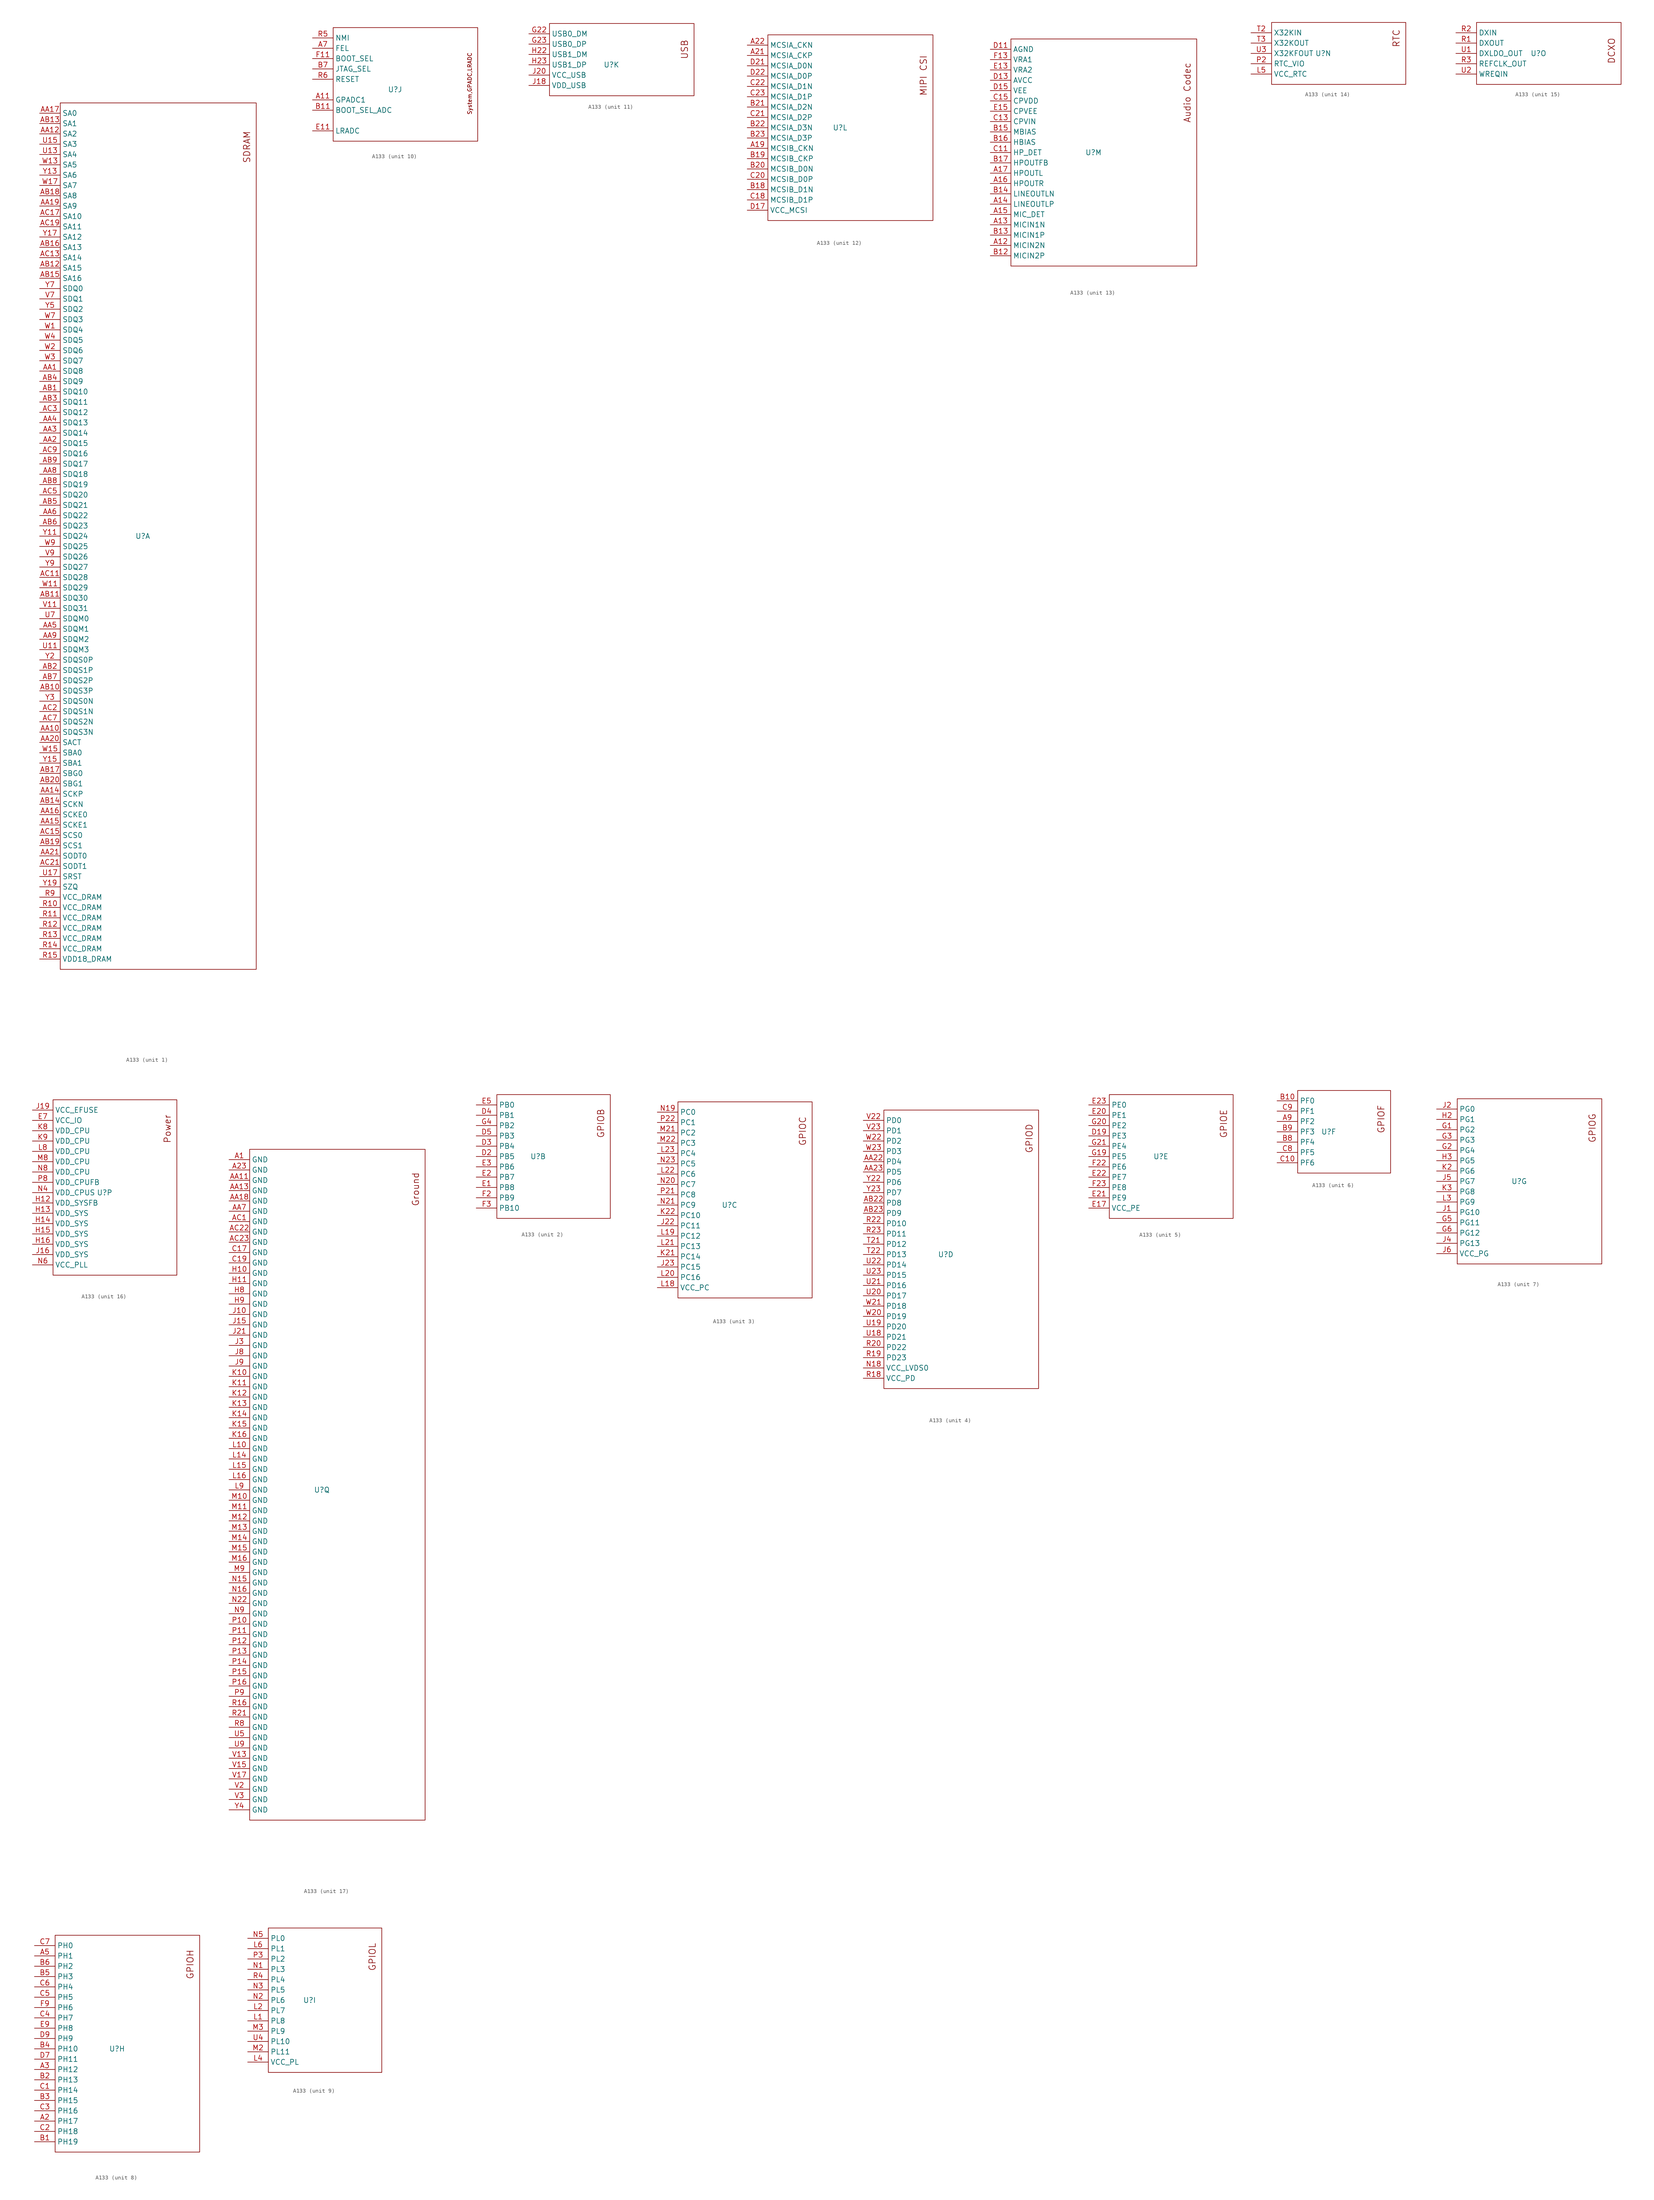
<source format=kicad_sym>
(kicad_symbol_lib
  (version 20231120)
  (generator "kicad_symbol_editor")
  (generator_version "8.0")
  (symbol "A133"
    (property "Reference" "U"
      (at 0 0 0)
      (effects (font (size 1.27 1.27))))
    (property "Value" ""
      (at 0 0 0)
      (effects (font (size 1.27 1.27))))
    (symbol "A133_1_0"
      (rectangle (start -20.32 -106.68) (end 27.94 106.68) (stroke (width 0) (type default)) (fill (type none)))
      (text "SDRAM" (at 26.568 91.821 900) (effects (font (size 1.575 1.575)) (justify left bottom)))
      (pin input line (at -25.4 40.64 0) (length 5.08) (name "SDQ8" (effects (font (size 1.27 1.27)))) (number "AA1" (effects (font (size 1.27 1.27)))))
      (pin input line (at -25.4 -48.26 0) (length 5.08) (name "SDQS3N" (effects (font (size 1.27 1.27)))) (number "AA10" (effects (font (size 1.27 1.27)))))
      (pin input line (at -25.4 99.06 0) (length 5.08) (name "SA2" (effects (font (size 1.27 1.27)))) (number "AA12" (effects (font (size 1.27 1.27)))))
      (pin input line (at -25.4 -63.5 0) (length 5.08) (name "SCKP" (effects (font (size 1.27 1.27)))) (number "AA14" (effects (font (size 1.27 1.27)))))
      (pin input line (at -25.4 -71.12 0) (length 5.08) (name "SCKE1" (effects (font (size 1.27 1.27)))) (number "AA15" (effects (font (size 1.27 1.27)))))
      (pin input line (at -25.4 -68.58 0) (length 5.08) (name "SCKE0" (effects (font (size 1.27 1.27)))) (number "AA16" (effects (font (size 1.27 1.27)))))
      (pin input line (at -25.4 104.14 0) (length 5.08) (name "SA0" (effects (font (size 1.27 1.27)))) (number "AA17" (effects (font (size 1.27 1.27)))))
      (pin input line (at -25.4 81.28 0) (length 5.08) (name "SA9" (effects (font (size 1.27 1.27)))) (number "AA19" (effects (font (size 1.27 1.27)))))
      (pin input line (at -25.4 22.86 0) (length 5.08) (name "SDQ15" (effects (font (size 1.27 1.27)))) (number "AA2" (effects (font (size 1.27 1.27)))))
      (pin input line (at -25.4 -50.8 0) (length 5.08) (name "SACT" (effects (font (size 1.27 1.27)))) (number "AA20" (effects (font (size 1.27 1.27)))))
      (pin input line (at -25.4 -78.74 0) (length 5.08) (name "SODT0" (effects (font (size 1.27 1.27)))) (number "AA21" (effects (font (size 1.27 1.27)))))
      (pin input line (at -25.4 25.4 0) (length 5.08) (name "SDQ14" (effects (font (size 1.27 1.27)))) (number "AA3" (effects (font (size 1.27 1.27)))))
      (pin input line (at -25.4 27.94 0) (length 5.08) (name "SDQ13" (effects (font (size 1.27 1.27)))) (number "AA4" (effects (font (size 1.27 1.27)))))
      (pin input line (at -25.4 -22.86 0) (length 5.08) (name "SDQM1" (effects (font (size 1.27 1.27)))) (number "AA5" (effects (font (size 1.27 1.27)))))
      (pin input line (at -25.4 5.08 0) (length 5.08) (name "SDQ22" (effects (font (size 1.27 1.27)))) (number "AA6" (effects (font (size 1.27 1.27)))))
      (pin input line (at -25.4 15.24 0) (length 5.08) (name "SDQ18" (effects (font (size 1.27 1.27)))) (number "AA8" (effects (font (size 1.27 1.27)))))
      (pin input line (at -25.4 -25.4 0) (length 5.08) (name "SDQM2" (effects (font (size 1.27 1.27)))) (number "AA9" (effects (font (size 1.27 1.27)))))
      (pin input line (at -25.4 35.56 0) (length 5.08) (name "SDQ10" (effects (font (size 1.27 1.27)))) (number "AB1" (effects (font (size 1.27 1.27)))))
      (pin input line (at -25.4 -38.1 0) (length 5.08) (name "SDQS3P" (effects (font (size 1.27 1.27)))) (number "AB10" (effects (font (size 1.27 1.27)))))
      (pin input line (at -25.4 -15.24 0) (length 5.08) (name "SDQ30" (effects (font (size 1.27 1.27)))) (number "AB11" (effects (font (size 1.27 1.27)))))
      (pin input line (at -25.4 66.04 0) (length 5.08) (name "SA15" (effects (font (size 1.27 1.27)))) (number "AB12" (effects (font (size 1.27 1.27)))))
      (pin input line (at -25.4 101.6 0) (length 5.08) (name "SA1" (effects (font (size 1.27 1.27)))) (number "AB13" (effects (font (size 1.27 1.27)))))
      (pin input line (at -25.4 -66.04 0) (length 5.08) (name "SCKN" (effects (font (size 1.27 1.27)))) (number "AB14" (effects (font (size 1.27 1.27)))))
      (pin input line (at -25.4 63.5 0) (length 5.08) (name "SA16" (effects (font (size 1.27 1.27)))) (number "AB15" (effects (font (size 1.27 1.27)))))
      (pin input line (at -25.4 71.12 0) (length 5.08) (name "SA13" (effects (font (size 1.27 1.27)))) (number "AB16" (effects (font (size 1.27 1.27)))))
      (pin input line (at -25.4 -58.42 0) (length 5.08) (name "SBG0" (effects (font (size 1.27 1.27)))) (number "AB17" (effects (font (size 1.27 1.27)))))
      (pin input line (at -25.4 83.82 0) (length 5.08) (name "SA8" (effects (font (size 1.27 1.27)))) (number "AB18" (effects (font (size 1.27 1.27)))))
      (pin input line (at -25.4 -76.2 0) (length 5.08) (name "SCS1" (effects (font (size 1.27 1.27)))) (number "AB19" (effects (font (size 1.27 1.27)))))
      (pin input line (at -25.4 -33.02 0) (length 5.08) (name "SDQS1P" (effects (font (size 1.27 1.27)))) (number "AB2" (effects (font (size 1.27 1.27)))))
      (pin input line (at -25.4 -60.96 0) (length 5.08) (name "SBG1" (effects (font (size 1.27 1.27)))) (number "AB20" (effects (font (size 1.27 1.27)))))
      (pin input line (at -25.4 33.02 0) (length 5.08) (name "SDQ11" (effects (font (size 1.27 1.27)))) (number "AB3" (effects (font (size 1.27 1.27)))))
      (pin input line (at -25.4 38.1 0) (length 5.08) (name "SDQ9" (effects (font (size 1.27 1.27)))) (number "AB4" (effects (font (size 1.27 1.27)))))
      (pin input line (at -25.4 7.62 0) (length 5.08) (name "SDQ21" (effects (font (size 1.27 1.27)))) (number "AB5" (effects (font (size 1.27 1.27)))))
      (pin input line (at -25.4 2.54 0) (length 5.08) (name "SDQ23" (effects (font (size 1.27 1.27)))) (number "AB6" (effects (font (size 1.27 1.27)))))
      (pin input line (at -25.4 -35.56 0) (length 5.08) (name "SDQS2P" (effects (font (size 1.27 1.27)))) (number "AB7" (effects (font (size 1.27 1.27)))))
      (pin input line (at -25.4 12.7 0) (length 5.08) (name "SDQ19" (effects (font (size 1.27 1.27)))) (number "AB8" (effects (font (size 1.27 1.27)))))
      (pin input line (at -25.4 17.78 0) (length 5.08) (name "SDQ17" (effects (font (size 1.27 1.27)))) (number "AB9" (effects (font (size 1.27 1.27)))))
      (pin input line (at -25.4 -10.16 0) (length 5.08) (name "SDQ28" (effects (font (size 1.27 1.27)))) (number "AC11" (effects (font (size 1.27 1.27)))))
      (pin input line (at -25.4 68.58 0) (length 5.08) (name "SA14" (effects (font (size 1.27 1.27)))) (number "AC13" (effects (font (size 1.27 1.27)))))
      (pin input line (at -25.4 -73.66 0) (length 5.08) (name "SCS0" (effects (font (size 1.27 1.27)))) (number "AC15" (effects (font (size 1.27 1.27)))))
      (pin input line (at -25.4 78.74 0) (length 5.08) (name "SA10" (effects (font (size 1.27 1.27)))) (number "AC17" (effects (font (size 1.27 1.27)))))
      (pin input line (at -25.4 76.2 0) (length 5.08) (name "SA11" (effects (font (size 1.27 1.27)))) (number "AC19" (effects (font (size 1.27 1.27)))))
      (pin input line (at -25.4 -43.18 0) (length 5.08) (name "SDQS1N" (effects (font (size 1.27 1.27)))) (number "AC2" (effects (font (size 1.27 1.27)))))
      (pin input line (at -25.4 -81.28 0) (length 5.08) (name "SODT1" (effects (font (size 1.27 1.27)))) (number "AC21" (effects (font (size 1.27 1.27)))))
      (pin input line (at -25.4 30.48 0) (length 5.08) (name "SDQ12" (effects (font (size 1.27 1.27)))) (number "AC3" (effects (font (size 1.27 1.27)))))
      (pin input line (at -25.4 10.16 0) (length 5.08) (name "SDQ20" (effects (font (size 1.27 1.27)))) (number "AC5" (effects (font (size 1.27 1.27)))))
      (pin input line (at -25.4 -45.72 0) (length 5.08) (name "SDQS2N" (effects (font (size 1.27 1.27)))) (number "AC7" (effects (font (size 1.27 1.27)))))
      (pin input line (at -25.4 20.32 0) (length 5.08) (name "SDQ16" (effects (font (size 1.27 1.27)))) (number "AC9" (effects (font (size 1.27 1.27)))))
      (pin input line (at -25.4 -91.44 0) (length 5.08) (name "VCC_DRAM" (effects (font (size 1.27 1.27)))) (number "R10" (effects (font (size 1.27 1.27)))))
      (pin input line (at -25.4 -93.98 0) (length 5.08) (name "VCC_DRAM" (effects (font (size 1.27 1.27)))) (number "R11" (effects (font (size 1.27 1.27)))))
      (pin input line (at -25.4 -96.52 0) (length 5.08) (name "VCC_DRAM" (effects (font (size 1.27 1.27)))) (number "R12" (effects (font (size 1.27 1.27)))))
      (pin input line (at -25.4 -99.06 0) (length 5.08) (name "VCC_DRAM" (effects (font (size 1.27 1.27)))) (number "R13" (effects (font (size 1.27 1.27)))))
      (pin input line (at -25.4 -101.6 0) (length 5.08) (name "VCC_DRAM" (effects (font (size 1.27 1.27)))) (number "R14" (effects (font (size 1.27 1.27)))))
      (pin input line (at -25.4 -104.14 0) (length 5.08) (name "VDD18_DRAM" (effects (font (size 1.27 1.27)))) (number "R15" (effects (font (size 1.27 1.27)))))
      (pin input line (at -25.4 -88.9 0) (length 5.08) (name "VCC_DRAM" (effects (font (size 1.27 1.27)))) (number "R9" (effects (font (size 1.27 1.27)))))
      (pin input line (at -25.4 -27.94 0) (length 5.08) (name "SDQM3" (effects (font (size 1.27 1.27)))) (number "U11" (effects (font (size 1.27 1.27)))))
      (pin input line (at -25.4 93.98 0) (length 5.08) (name "SA4" (effects (font (size 1.27 1.27)))) (number "U13" (effects (font (size 1.27 1.27)))))
      (pin input line (at -25.4 96.52 0) (length 5.08) (name "SA3" (effects (font (size 1.27 1.27)))) (number "U15" (effects (font (size 1.27 1.27)))))
      (pin input line (at -25.4 -83.82 0) (length 5.08) (name "SRST" (effects (font (size 1.27 1.27)))) (number "U17" (effects (font (size 1.27 1.27)))))
      (pin input line (at -25.4 -20.32 0) (length 5.08) (name "SDQM0" (effects (font (size 1.27 1.27)))) (number "U7" (effects (font (size 1.27 1.27)))))
      (pin input line (at -25.4 -17.78 0) (length 5.08) (name "SDQ31" (effects (font (size 1.27 1.27)))) (number "V11" (effects (font (size 1.27 1.27)))))
      (pin input line (at -25.4 58.42 0) (length 5.08) (name "SDQ1" (effects (font (size 1.27 1.27)))) (number "V7" (effects (font (size 1.27 1.27)))))
      (pin input line (at -25.4 -5.08 0) (length 5.08) (name "SDQ26" (effects (font (size 1.27 1.27)))) (number "V9" (effects (font (size 1.27 1.27)))))
      (pin input line (at -25.4 50.8 0) (length 5.08) (name "SDQ4" (effects (font (size 1.27 1.27)))) (number "W1" (effects (font (size 1.27 1.27)))))
      (pin input line (at -25.4 -12.7 0) (length 5.08) (name "SDQ29" (effects (font (size 1.27 1.27)))) (number "W11" (effects (font (size 1.27 1.27)))))
      (pin input line (at -25.4 91.44 0) (length 5.08) (name "SA5" (effects (font (size 1.27 1.27)))) (number "W13" (effects (font (size 1.27 1.27)))))
      (pin input line (at -25.4 -53.34 0) (length 5.08) (name "SBA0" (effects (font (size 1.27 1.27)))) (number "W15" (effects (font (size 1.27 1.27)))))
      (pin input line (at -25.4 86.36 0) (length 5.08) (name "SA7" (effects (font (size 1.27 1.27)))) (number "W17" (effects (font (size 1.27 1.27)))))
      (pin input line (at -25.4 45.72 0) (length 5.08) (name "SDQ6" (effects (font (size 1.27 1.27)))) (number "W2" (effects (font (size 1.27 1.27)))))
      (pin input line (at -25.4 43.18 0) (length 5.08) (name "SDQ7" (effects (font (size 1.27 1.27)))) (number "W3" (effects (font (size 1.27 1.27)))))
      (pin input line (at -25.4 48.26 0) (length 5.08) (name "SDQ5" (effects (font (size 1.27 1.27)))) (number "W4" (effects (font (size 1.27 1.27)))))
      (pin input line (at -25.4 53.34 0) (length 5.08) (name "SDQ3" (effects (font (size 1.27 1.27)))) (number "W7" (effects (font (size 1.27 1.27)))))
      (pin input line (at -25.4 -2.54 0) (length 5.08) (name "SDQ25" (effects (font (size 1.27 1.27)))) (number "W9" (effects (font (size 1.27 1.27)))))
      (pin input line (at -25.4 0 0) (length 5.08) (name "SDQ24" (effects (font (size 1.27 1.27)))) (number "Y11" (effects (font (size 1.27 1.27)))))
      (pin input line (at -25.4 88.9 0) (length 5.08) (name "SA6" (effects (font (size 1.27 1.27)))) (number "Y13" (effects (font (size 1.27 1.27)))))
      (pin input line (at -25.4 -55.88 0) (length 5.08) (name "SBA1" (effects (font (size 1.27 1.27)))) (number "Y15" (effects (font (size 1.27 1.27)))))
      (pin input line (at -25.4 73.66 0) (length 5.08) (name "SA12" (effects (font (size 1.27 1.27)))) (number "Y17" (effects (font (size 1.27 1.27)))))
      (pin input line (at -25.4 -86.36 0) (length 5.08) (name "SZQ" (effects (font (size 1.27 1.27)))) (number "Y19" (effects (font (size 1.27 1.27)))))
      (pin input line (at -25.4 -30.48 0) (length 5.08) (name "SDQS0P" (effects (font (size 1.27 1.27)))) (number "Y2" (effects (font (size 1.27 1.27)))))
      (pin input line (at -25.4 -40.64 0) (length 5.08) (name "SDQS0N" (effects (font (size 1.27 1.27)))) (number "Y3" (effects (font (size 1.27 1.27)))))
      (pin input line (at -25.4 55.88 0) (length 5.08) (name "SDQ2" (effects (font (size 1.27 1.27)))) (number "Y5" (effects (font (size 1.27 1.27)))))
      (pin input line (at -25.4 60.96 0) (length 5.08) (name "SDQ0" (effects (font (size 1.27 1.27)))) (number "Y7" (effects (font (size 1.27 1.27)))))
      (pin input line (at -25.4 -7.62 0) (length 5.08) (name "SDQ27" (effects (font (size 1.27 1.27)))) (number "Y9" (effects (font (size 1.27 1.27))))))
    (symbol "A133_2_0"
      (rectangle (start -10.16 -15.24) (end 17.78 15.24) (stroke (width 0) (type default)) (fill (type none)))
      (text "GPIOB" (at 16.383 4.496 900) (effects (font (size 1.575 1.575)) (justify left bottom)))
      (pin input line (at -15.24 0 0) (length 5.08) (name "PB5" (effects (font (size 1.27 1.27)))) (number "D2" (effects (font (size 1.27 1.27)))))
      (pin input line (at -15.24 2.54 0) (length 5.08) (name "PB4" (effects (font (size 1.27 1.27)))) (number "D3" (effects (font (size 1.27 1.27)))))
      (pin input line (at -15.24 10.16 0) (length 5.08) (name "PB1" (effects (font (size 1.27 1.27)))) (number "D4" (effects (font (size 1.27 1.27)))))
      (pin input line (at -15.24 5.08 0) (length 5.08) (name "PB3" (effects (font (size 1.27 1.27)))) (number "D5" (effects (font (size 1.27 1.27)))))
      (pin input line (at -15.24 -7.62 0) (length 5.08) (name "PB8" (effects (font (size 1.27 1.27)))) (number "E1" (effects (font (size 1.27 1.27)))))
      (pin input line (at -15.24 -5.08 0) (length 5.08) (name "PB7" (effects (font (size 1.27 1.27)))) (number "E2" (effects (font (size 1.27 1.27)))))
      (pin input line (at -15.24 -2.54 0) (length 5.08) (name "PB6" (effects (font (size 1.27 1.27)))) (number "E3" (effects (font (size 1.27 1.27)))))
      (pin input line (at -15.24 12.7 0) (length 5.08) (name "PB0" (effects (font (size 1.27 1.27)))) (number "E5" (effects (font (size 1.27 1.27)))))
      (pin input line (at -15.24 -10.16 0) (length 5.08) (name "PB9" (effects (font (size 1.27 1.27)))) (number "F2" (effects (font (size 1.27 1.27)))))
      (pin input line (at -15.24 -12.7 0) (length 5.08) (name "PB10" (effects (font (size 1.27 1.27)))) (number "F3" (effects (font (size 1.27 1.27)))))
      (pin input line (at -15.24 7.62 0) (length 5.08) (name "PB2" (effects (font (size 1.27 1.27)))) (number "G4" (effects (font (size 1.27 1.27))))))
    (symbol "A133_3_0"
      (rectangle (start -12.7 -22.86) (end 20.32 25.4) (stroke (width 0) (type default)) (fill (type none)))
      (text "GPIOC" (at 18.923 14.529 900) (effects (font (size 1.575 1.575)) (justify left bottom)))
      (pin input line (at -17.78 -5.08 0) (length 5.08) (name "PC11" (effects (font (size 1.27 1.27)))) (number "J22" (effects (font (size 1.27 1.27)))))
      (pin input line (at -17.78 -15.24 0) (length 5.08) (name "PC15" (effects (font (size 1.27 1.27)))) (number "J23" (effects (font (size 1.27 1.27)))))
      (pin input line (at -17.78 -12.7 0) (length 5.08) (name "PC14" (effects (font (size 1.27 1.27)))) (number "K21" (effects (font (size 1.27 1.27)))))
      (pin input line (at -17.78 -2.54 0) (length 5.08) (name "PC10" (effects (font (size 1.27 1.27)))) (number "K22" (effects (font (size 1.27 1.27)))))
      (pin input line (at -17.78 -20.32 0) (length 5.08) (name "VCC_PC" (effects (font (size 1.27 1.27)))) (number "L18" (effects (font (size 1.27 1.27)))))
      (pin input line (at -17.78 -7.62 0) (length 5.08) (name "PC12" (effects (font (size 1.27 1.27)))) (number "L19" (effects (font (size 1.27 1.27)))))
      (pin input line (at -17.78 -17.78 0) (length 5.08) (name "PC16" (effects (font (size 1.27 1.27)))) (number "L20" (effects (font (size 1.27 1.27)))))
      (pin input line (at -17.78 -10.16 0) (length 5.08) (name "PC13" (effects (font (size 1.27 1.27)))) (number "L21" (effects (font (size 1.27 1.27)))))
      (pin input line (at -17.78 7.62 0) (length 5.08) (name "PC6" (effects (font (size 1.27 1.27)))) (number "L22" (effects (font (size 1.27 1.27)))))
      (pin input line (at -17.78 12.7 0) (length 5.08) (name "PC4" (effects (font (size 1.27 1.27)))) (number "L23" (effects (font (size 1.27 1.27)))))
      (pin input line (at -17.78 17.78 0) (length 5.08) (name "PC2" (effects (font (size 1.27 1.27)))) (number "M21" (effects (font (size 1.27 1.27)))))
      (pin input line (at -17.78 15.24 0) (length 5.08) (name "PC3" (effects (font (size 1.27 1.27)))) (number "M22" (effects (font (size 1.27 1.27)))))
      (pin input line (at -17.78 22.86 0) (length 5.08) (name "PC0" (effects (font (size 1.27 1.27)))) (number "N19" (effects (font (size 1.27 1.27)))))
      (pin input line (at -17.78 5.08 0) (length 5.08) (name "PC7" (effects (font (size 1.27 1.27)))) (number "N20" (effects (font (size 1.27 1.27)))))
      (pin input line (at -17.78 0 0) (length 5.08) (name "PC9" (effects (font (size 1.27 1.27)))) (number "N21" (effects (font (size 1.27 1.27)))))
      (pin input line (at -17.78 10.16 0) (length 5.08) (name "PC5" (effects (font (size 1.27 1.27)))) (number "N23" (effects (font (size 1.27 1.27)))))
      (pin input line (at -17.78 2.54 0) (length 5.08) (name "PC8" (effects (font (size 1.27 1.27)))) (number "P21" (effects (font (size 1.27 1.27)))))
      (pin input line (at -17.78 20.32 0) (length 5.08) (name "PC1" (effects (font (size 1.27 1.27)))) (number "P22" (effects (font (size 1.27 1.27))))))
    (symbol "A133_4_0"
      (rectangle (start -15.24 -33.02) (end 22.86 35.56) (stroke (width 0) (type default)) (fill (type none)))
      (text "GPIOD" (at 21.488 24.917 900) (effects (font (size 1.575 1.575)) (justify left bottom)))
      (pin input line (at -20.32 22.86 0) (length 5.08) (name "PD4" (effects (font (size 1.27 1.27)))) (number "AA22" (effects (font (size 1.27 1.27)))))
      (pin input line (at -20.32 20.32 0) (length 5.08) (name "PD5" (effects (font (size 1.27 1.27)))) (number "AA23" (effects (font (size 1.27 1.27)))))
      (pin input line (at -20.32 12.7 0) (length 5.08) (name "PD8" (effects (font (size 1.27 1.27)))) (number "AB22" (effects (font (size 1.27 1.27)))))
      (pin input line (at -20.32 10.16 0) (length 5.08) (name "PD9" (effects (font (size 1.27 1.27)))) (number "AB23" (effects (font (size 1.27 1.27)))))
      (pin input line (at -20.32 -27.94 0) (length 5.08) (name "VCC_LVDS0" (effects (font (size 1.27 1.27)))) (number "N18" (effects (font (size 1.27 1.27)))))
      (pin input line (at -20.32 -30.48 0) (length 5.08) (name "VCC_PD" (effects (font (size 1.27 1.27)))) (number "R18" (effects (font (size 1.27 1.27)))))
      (pin input line (at -20.32 -25.4 0) (length 5.08) (name "PD23" (effects (font (size 1.27 1.27)))) (number "R19" (effects (font (size 1.27 1.27)))))
      (pin input line (at -20.32 -22.86 0) (length 5.08) (name "PD22" (effects (font (size 1.27 1.27)))) (number "R20" (effects (font (size 1.27 1.27)))))
      (pin input line (at -20.32 7.62 0) (length 5.08) (name "PD10" (effects (font (size 1.27 1.27)))) (number "R22" (effects (font (size 1.27 1.27)))))
      (pin input line (at -20.32 5.08 0) (length 5.08) (name "PD11" (effects (font (size 1.27 1.27)))) (number "R23" (effects (font (size 1.27 1.27)))))
      (pin input line (at -20.32 2.54 0) (length 5.08) (name "PD12" (effects (font (size 1.27 1.27)))) (number "T21" (effects (font (size 1.27 1.27)))))
      (pin input line (at -20.32 0 0) (length 5.08) (name "PD13" (effects (font (size 1.27 1.27)))) (number "T22" (effects (font (size 1.27 1.27)))))
      (pin input line (at -20.32 -20.32 0) (length 5.08) (name "PD21" (effects (font (size 1.27 1.27)))) (number "U18" (effects (font (size 1.27 1.27)))))
      (pin input line (at -20.32 -17.78 0) (length 5.08) (name "PD20" (effects (font (size 1.27 1.27)))) (number "U19" (effects (font (size 1.27 1.27)))))
      (pin input line (at -20.32 -10.16 0) (length 5.08) (name "PD17" (effects (font (size 1.27 1.27)))) (number "U20" (effects (font (size 1.27 1.27)))))
      (pin input line (at -20.32 -7.62 0) (length 5.08) (name "PD16" (effects (font (size 1.27 1.27)))) (number "U21" (effects (font (size 1.27 1.27)))))
      (pin input line (at -20.32 -2.54 0) (length 5.08) (name "PD14" (effects (font (size 1.27 1.27)))) (number "U22" (effects (font (size 1.27 1.27)))))
      (pin input line (at -20.32 -5.08 0) (length 5.08) (name "PD15" (effects (font (size 1.27 1.27)))) (number "U23" (effects (font (size 1.27 1.27)))))
      (pin input line (at -20.32 33.02 0) (length 5.08) (name "PD0" (effects (font (size 1.27 1.27)))) (number "V22" (effects (font (size 1.27 1.27)))))
      (pin input line (at -20.32 30.48 0) (length 5.08) (name "PD1" (effects (font (size 1.27 1.27)))) (number "V23" (effects (font (size 1.27 1.27)))))
      (pin input line (at -20.32 -15.24 0) (length 5.08) (name "PD19" (effects (font (size 1.27 1.27)))) (number "W20" (effects (font (size 1.27 1.27)))))
      (pin input line (at -20.32 -12.7 0) (length 5.08) (name "PD18" (effects (font (size 1.27 1.27)))) (number "W21" (effects (font (size 1.27 1.27)))))
      (pin input line (at -20.32 27.94 0) (length 5.08) (name "PD2" (effects (font (size 1.27 1.27)))) (number "W22" (effects (font (size 1.27 1.27)))))
      (pin input line (at -20.32 25.4 0) (length 5.08) (name "PD3" (effects (font (size 1.27 1.27)))) (number "W23" (effects (font (size 1.27 1.27)))))
      (pin input line (at -20.32 17.78 0) (length 5.08) (name "PD6" (effects (font (size 1.27 1.27)))) (number "Y22" (effects (font (size 1.27 1.27)))))
      (pin input line (at -20.32 15.24 0) (length 5.08) (name "PD7" (effects (font (size 1.27 1.27)))) (number "Y23" (effects (font (size 1.27 1.27))))))
    (symbol "A133_5_0"
      (rectangle (start -12.7 -15.24) (end 17.78 15.24) (stroke (width 0) (type default)) (fill (type none)))
      (text "GPIOE" (at 16.383 4.496 900) (effects (font (size 1.575 1.575)) (justify left bottom)))
      (pin input line (at -17.78 5.08 0) (length 5.08) (name "PE3" (effects (font (size 1.27 1.27)))) (number "D19" (effects (font (size 1.27 1.27)))))
      (pin input line (at -17.78 -12.7 0) (length 5.08) (name "VCC_PE" (effects (font (size 1.27 1.27)))) (number "E17" (effects (font (size 1.27 1.27)))))
      (pin input line (at -17.78 10.16 0) (length 5.08) (name "PE1" (effects (font (size 1.27 1.27)))) (number "E20" (effects (font (size 1.27 1.27)))))
      (pin input line (at -17.78 -10.16 0) (length 5.08) (name "PE9" (effects (font (size 1.27 1.27)))) (number "E21" (effects (font (size 1.27 1.27)))))
      (pin input line (at -17.78 -5.08 0) (length 5.08) (name "PE7" (effects (font (size 1.27 1.27)))) (number "E22" (effects (font (size 1.27 1.27)))))
      (pin input line (at -17.78 12.7 0) (length 5.08) (name "PE0" (effects (font (size 1.27 1.27)))) (number "E23" (effects (font (size 1.27 1.27)))))
      (pin input line (at -17.78 -2.54 0) (length 5.08) (name "PE6" (effects (font (size 1.27 1.27)))) (number "F22" (effects (font (size 1.27 1.27)))))
      (pin input line (at -17.78 -7.62 0) (length 5.08) (name "PE8" (effects (font (size 1.27 1.27)))) (number "F23" (effects (font (size 1.27 1.27)))))
      (pin input line (at -17.78 0 0) (length 5.08) (name "PE5" (effects (font (size 1.27 1.27)))) (number "G19" (effects (font (size 1.27 1.27)))))
      (pin input line (at -17.78 7.62 0) (length 5.08) (name "PE2" (effects (font (size 1.27 1.27)))) (number "G20" (effects (font (size 1.27 1.27)))))
      (pin input line (at -17.78 2.54 0) (length 5.08) (name "PE4" (effects (font (size 1.27 1.27)))) (number "G21" (effects (font (size 1.27 1.27))))))
    (symbol "A133_6_0"
      (rectangle (start -7.62 -10.16) (end 15.24 10.16) (stroke (width 0) (type default)) (fill (type none)))
      (text "GPIOF" (at 13.843 -0.432 900) (effects (font (size 1.575 1.575)) (justify left bottom)))
      (pin input line (at -12.7 2.54 0) (length 5.08) (name "PF2" (effects (font (size 1.27 1.27)))) (number "A9" (effects (font (size 1.27 1.27)))))
      (pin input line (at -12.7 7.62 0) (length 5.08) (name "PF0" (effects (font (size 1.27 1.27)))) (number "B10" (effects (font (size 1.27 1.27)))))
      (pin input line (at -12.7 -2.54 0) (length 5.08) (name "PF4" (effects (font (size 1.27 1.27)))) (number "B8" (effects (font (size 1.27 1.27)))))
      (pin input line (at -12.7 0 0) (length 5.08) (name "PF3" (effects (font (size 1.27 1.27)))) (number "B9" (effects (font (size 1.27 1.27)))))
      (pin input line (at -12.7 -7.62 0) (length 5.08) (name "PF6" (effects (font (size 1.27 1.27)))) (number "C10" (effects (font (size 1.27 1.27)))))
      (pin input line (at -12.7 -5.08 0) (length 5.08) (name "PF5" (effects (font (size 1.27 1.27)))) (number "C8" (effects (font (size 1.27 1.27)))))
      (pin input line (at -12.7 5.08 0) (length 5.08) (name "PF1" (effects (font (size 1.27 1.27)))) (number "C9" (effects (font (size 1.27 1.27))))))
    (symbol "A133_7_0"
      (rectangle (start -15.24 -20.32) (end 20.32 20.32) (stroke (width 0) (type default)) (fill (type none)))
      (text "GPIOG" (at 18.923 9.449 900) (effects (font (size 1.575 1.575)) (justify left bottom)))
      (pin input line (at -20.32 12.7 0) (length 5.08) (name "PG2" (effects (font (size 1.27 1.27)))) (number "G1" (effects (font (size 1.27 1.27)))))
      (pin input line (at -20.32 7.62 0) (length 5.08) (name "PG4" (effects (font (size 1.27 1.27)))) (number "G2" (effects (font (size 1.27 1.27)))))
      (pin input line (at -20.32 10.16 0) (length 5.08) (name "PG3" (effects (font (size 1.27 1.27)))) (number "G3" (effects (font (size 1.27 1.27)))))
      (pin input line (at -20.32 -10.16 0) (length 5.08) (name "PG11" (effects (font (size 1.27 1.27)))) (number "G5" (effects (font (size 1.27 1.27)))))
      (pin input line (at -20.32 -12.7 0) (length 5.08) (name "PG12" (effects (font (size 1.27 1.27)))) (number "G6" (effects (font (size 1.27 1.27)))))
      (pin input line (at -20.32 15.24 0) (length 5.08) (name "PG1" (effects (font (size 1.27 1.27)))) (number "H2" (effects (font (size 1.27 1.27)))))
      (pin input line (at -20.32 5.08 0) (length 5.08) (name "PG5" (effects (font (size 1.27 1.27)))) (number "H3" (effects (font (size 1.27 1.27)))))
      (pin input line (at -20.32 -7.62 0) (length 5.08) (name "PG10" (effects (font (size 1.27 1.27)))) (number "J1" (effects (font (size 1.27 1.27)))))
      (pin input line (at -20.32 17.78 0) (length 5.08) (name "PG0" (effects (font (size 1.27 1.27)))) (number "J2" (effects (font (size 1.27 1.27)))))
      (pin input line (at -20.32 -15.24 0) (length 5.08) (name "PG13" (effects (font (size 1.27 1.27)))) (number "J4" (effects (font (size 1.27 1.27)))))
      (pin input line (at -20.32 0 0) (length 5.08) (name "PG7" (effects (font (size 1.27 1.27)))) (number "J5" (effects (font (size 1.27 1.27)))))
      (pin input line (at -20.32 -17.78 0) (length 5.08) (name "VCC_PG" (effects (font (size 1.27 1.27)))) (number "J6" (effects (font (size 1.27 1.27)))))
      (pin input line (at -20.32 2.54 0) (length 5.08) (name "PG6" (effects (font (size 1.27 1.27)))) (number "K2" (effects (font (size 1.27 1.27)))))
      (pin input line (at -20.32 -2.54 0) (length 5.08) (name "PG8" (effects (font (size 1.27 1.27)))) (number "K3" (effects (font (size 1.27 1.27)))))
      (pin input line (at -20.32 -5.08 0) (length 5.08) (name "PG9" (effects (font (size 1.27 1.27)))) (number "L3" (effects (font (size 1.27 1.27))))))
    (symbol "A133_8_0"
      (rectangle (start -15.24 -25.4) (end 20.32 27.94) (stroke (width 0) (type default)) (fill (type none)))
      (text "GPIOH" (at 18.923 17.069 900) (effects (font (size 1.575 1.575)) (justify left bottom)))
      (pin input line (at -20.32 -17.78 0) (length 5.08) (name "PH17" (effects (font (size 1.27 1.27)))) (number "A2" (effects (font (size 1.27 1.27)))))
      (pin input line (at -20.32 -5.08 0) (length 5.08) (name "PH12" (effects (font (size 1.27 1.27)))) (number "A3" (effects (font (size 1.27 1.27)))))
      (pin input line (at -20.32 22.86 0) (length 5.08) (name "PH1" (effects (font (size 1.27 1.27)))) (number "A5" (effects (font (size 1.27 1.27)))))
      (pin input line (at -20.32 -22.86 0) (length 5.08) (name "PH19" (effects (font (size 1.27 1.27)))) (number "B1" (effects (font (size 1.27 1.27)))))
      (pin input line (at -20.32 -7.62 0) (length 5.08) (name "PH13" (effects (font (size 1.27 1.27)))) (number "B2" (effects (font (size 1.27 1.27)))))
      (pin input line (at -20.32 -12.7 0) (length 5.08) (name "PH15" (effects (font (size 1.27 1.27)))) (number "B3" (effects (font (size 1.27 1.27)))))
      (pin input line (at -20.32 0 0) (length 5.08) (name "PH10" (effects (font (size 1.27 1.27)))) (number "B4" (effects (font (size 1.27 1.27)))))
      (pin input line (at -20.32 17.78 0) (length 5.08) (name "PH3" (effects (font (size 1.27 1.27)))) (number "B5" (effects (font (size 1.27 1.27)))))
      (pin input line (at -20.32 20.32 0) (length 5.08) (name "PH2" (effects (font (size 1.27 1.27)))) (number "B6" (effects (font (size 1.27 1.27)))))
      (pin input line (at -20.32 -10.16 0) (length 5.08) (name "PH14" (effects (font (size 1.27 1.27)))) (number "C1" (effects (font (size 1.27 1.27)))))
      (pin input line (at -20.32 -20.32 0) (length 5.08) (name "PH18" (effects (font (size 1.27 1.27)))) (number "C2" (effects (font (size 1.27 1.27)))))
      (pin input line (at -20.32 -15.24 0) (length 5.08) (name "PH16" (effects (font (size 1.27 1.27)))) (number "C3" (effects (font (size 1.27 1.27)))))
      (pin input line (at -20.32 7.62 0) (length 5.08) (name "PH7" (effects (font (size 1.27 1.27)))) (number "C4" (effects (font (size 1.27 1.27)))))
      (pin input line (at -20.32 12.7 0) (length 5.08) (name "PH5" (effects (font (size 1.27 1.27)))) (number "C5" (effects (font (size 1.27 1.27)))))
      (pin input line (at -20.32 15.24 0) (length 5.08) (name "PH4" (effects (font (size 1.27 1.27)))) (number "C6" (effects (font (size 1.27 1.27)))))
      (pin input line (at -20.32 25.4 0) (length 5.08) (name "PH0" (effects (font (size 1.27 1.27)))) (number "C7" (effects (font (size 1.27 1.27)))))
      (pin input line (at -20.32 -2.54 0) (length 5.08) (name "PH11" (effects (font (size 1.27 1.27)))) (number "D7" (effects (font (size 1.27 1.27)))))
      (pin input line (at -20.32 2.54 0) (length 5.08) (name "PH9" (effects (font (size 1.27 1.27)))) (number "D9" (effects (font (size 1.27 1.27)))))
      (pin input line (at -20.32 5.08 0) (length 5.08) (name "PH8" (effects (font (size 1.27 1.27)))) (number "E9" (effects (font (size 1.27 1.27)))))
      (pin input line (at -20.32 10.16 0) (length 5.08) (name "PH6" (effects (font (size 1.27 1.27)))) (number "F9" (effects (font (size 1.27 1.27))))))
    (symbol "A133_9_0"
      (rectangle (start -10.16 -17.78) (end 17.78 17.78) (stroke (width 0) (type default)) (fill (type none)))
      (text "GPIOL" (at 16.383 7.163 900) (effects (font (size 1.575 1.575)) (justify left bottom)))
      (pin input line (at -15.24 -5.08 0) (length 5.08) (name "PL8" (effects (font (size 1.27 1.27)))) (number "L1" (effects (font (size 1.27 1.27)))))
      (pin input line (at -15.24 -2.54 0) (length 5.08) (name "PL7" (effects (font (size 1.27 1.27)))) (number "L2" (effects (font (size 1.27 1.27)))))
      (pin input line (at -15.24 -15.24 0) (length 5.08) (name "VCC_PL" (effects (font (size 1.27 1.27)))) (number "L4" (effects (font (size 1.27 1.27)))))
      (pin input line (at -15.24 12.7 0) (length 5.08) (name "PL1" (effects (font (size 1.27 1.27)))) (number "L6" (effects (font (size 1.27 1.27)))))
      (pin input line (at -15.24 -12.7 0) (length 5.08) (name "PL11" (effects (font (size 1.27 1.27)))) (number "M2" (effects (font (size 1.27 1.27)))))
      (pin input line (at -15.24 -7.62 0) (length 5.08) (name "PL9" (effects (font (size 1.27 1.27)))) (number "M3" (effects (font (size 1.27 1.27)))))
      (pin input line (at -15.24 7.62 0) (length 5.08) (name "PL3" (effects (font (size 1.27 1.27)))) (number "N1" (effects (font (size 1.27 1.27)))))
      (pin input line (at -15.24 0 0) (length 5.08) (name "PL6" (effects (font (size 1.27 1.27)))) (number "N2" (effects (font (size 1.27 1.27)))))
      (pin input line (at -15.24 2.54 0) (length 5.08) (name "PL5" (effects (font (size 1.27 1.27)))) (number "N3" (effects (font (size 1.27 1.27)))))
      (pin input line (at -15.24 15.24 0) (length 5.08) (name "PL0" (effects (font (size 1.27 1.27)))) (number "N5" (effects (font (size 1.27 1.27)))))
      (pin input line (at -15.24 10.16 0) (length 5.08) (name "PL2" (effects (font (size 1.27 1.27)))) (number "P3" (effects (font (size 1.27 1.27)))))
      (pin input line (at -15.24 5.08 0) (length 5.08) (name "PL4" (effects (font (size 1.27 1.27)))) (number "R4" (effects (font (size 1.27 1.27)))))
      (pin input line (at -15.24 -10.16 0) (length 5.08) (name "PL10" (effects (font (size 1.27 1.27)))) (number "U4" (effects (font (size 1.27 1.27))))))
    (symbol "A133_10_0"
      (rectangle (start -15.24 -12.7) (end 20.32 15.24) (stroke (width 0) (type default)) (fill (type none)))
      (text "System,GPADC,LRADC" (at 18.923 -6.223 900) (effects (font (size 0.965 0.965)) (justify left bottom)))
      (pin input line (at -20.32 -2.54 0) (length 5.08) (name "GPADC1" (effects (font (size 1.27 1.27)))) (number "A11" (effects (font (size 1.27 1.27)))))
      (pin input line (at -20.32 10.16 0) (length 5.08) (name "FEL" (effects (font (size 1.27 1.27)))) (number "A7" (effects (font (size 1.27 1.27)))))
      (pin input line (at -20.32 -5.08 0) (length 5.08) (name "BOOT_SEL_ADC" (effects (font (size 1.27 1.27)))) (number "B11" (effects (font (size 1.27 1.27)))))
      (pin input line (at -20.32 5.08 0) (length 5.08) (name "JTAG_SEL" (effects (font (size 1.27 1.27)))) (number "B7" (effects (font (size 1.27 1.27)))))
      (pin input line (at -20.32 -10.16 0) (length 5.08) (name "LRADC" (effects (font (size 1.27 1.27)))) (number "E11" (effects (font (size 1.27 1.27)))))
      (pin input line (at -20.32 7.62 0) (length 5.08) (name "BOOT_SEL" (effects (font (size 1.27 1.27)))) (number "F11" (effects (font (size 1.27 1.27)))))
      (pin input line (at -20.32 12.7 0) (length 5.08) (name "NMI" (effects (font (size 1.27 1.27)))) (number "R5" (effects (font (size 1.27 1.27)))))
      (pin input line (at -20.32 2.54 0) (length 5.08) (name "RESET" (effects (font (size 1.27 1.27)))) (number "R6" (effects (font (size 1.27 1.27))))))
    (symbol "A133_11_0"
      (rectangle (start -15.24 -7.62) (end 20.32 10.16) (stroke (width 0) (type default)) (fill (type none)))
      (text "USB" (at 18.923 1.321 900) (effects (font (size 1.575 1.575)) (justify left bottom)))
      (pin input line (at -20.32 7.62 0) (length 5.08) (name "USB0_DM" (effects (font (size 1.27 1.27)))) (number "G22" (effects (font (size 1.27 1.27)))))
      (pin input line (at -20.32 5.08 0) (length 5.08) (name "USB0_DP" (effects (font (size 1.27 1.27)))) (number "G23" (effects (font (size 1.27 1.27)))))
      (pin input line (at -20.32 2.54 0) (length 5.08) (name "USB1_DM" (effects (font (size 1.27 1.27)))) (number "H22" (effects (font (size 1.27 1.27)))))
      (pin input line (at -20.32 0 0) (length 5.08) (name "USB1_DP" (effects (font (size 1.27 1.27)))) (number "H23" (effects (font (size 1.27 1.27)))))
      (pin input line (at -20.32 -5.08 0) (length 5.08) (name "VDD_USB" (effects (font (size 1.27 1.27)))) (number "J18" (effects (font (size 1.27 1.27)))))
      (pin input line (at -20.32 -2.54 0) (length 5.08) (name "VCC_USB" (effects (font (size 1.27 1.27)))) (number "J20" (effects (font (size 1.27 1.27))))))
    (symbol "A133_12_0"
      (rectangle (start -17.78 -22.86) (end 22.86 22.86) (stroke (width 0) (type default)) (fill (type none)))
      (text "MIPI CSI" (at 21.463 7.798 900) (effects (font (size 1.575 1.575)) (justify left bottom)))
      (pin input line (at -22.86 -5.08 0) (length 5.08) (name "MCSIB_CKN" (effects (font (size 1.27 1.27)))) (number "A19" (effects (font (size 1.27 1.27)))))
      (pin input line (at -22.86 17.78 0) (length 5.08) (name "MCSIA_CKP" (effects (font (size 1.27 1.27)))) (number "A21" (effects (font (size 1.27 1.27)))))
      (pin input line (at -22.86 20.32 0) (length 5.08) (name "MCSIA_CKN" (effects (font (size 1.27 1.27)))) (number "A22" (effects (font (size 1.27 1.27)))))
      (pin input line (at -22.86 -15.24 0) (length 5.08) (name "MCSIB_D1N" (effects (font (size 1.27 1.27)))) (number "B18" (effects (font (size 1.27 1.27)))))
      (pin input line (at -22.86 -7.62 0) (length 5.08) (name "MCSIB_CKP" (effects (font (size 1.27 1.27)))) (number "B19" (effects (font (size 1.27 1.27)))))
      (pin input line (at -22.86 -10.16 0) (length 5.08) (name "MCSIB_D0N" (effects (font (size 1.27 1.27)))) (number "B20" (effects (font (size 1.27 1.27)))))
      (pin input line (at -22.86 5.08 0) (length 5.08) (name "MCSIA_D2N" (effects (font (size 1.27 1.27)))) (number "B21" (effects (font (size 1.27 1.27)))))
      (pin input line (at -22.86 0 0) (length 5.08) (name "MCSIA_D3N" (effects (font (size 1.27 1.27)))) (number "B22" (effects (font (size 1.27 1.27)))))
      (pin input line (at -22.86 -2.54 0) (length 5.08) (name "MCSIA_D3P" (effects (font (size 1.27 1.27)))) (number "B23" (effects (font (size 1.27 1.27)))))
      (pin input line (at -22.86 -17.78 0) (length 5.08) (name "MCSIB_D1P" (effects (font (size 1.27 1.27)))) (number "C18" (effects (font (size 1.27 1.27)))))
      (pin input line (at -22.86 -12.7 0) (length 5.08) (name "MCSIB_D0P" (effects (font (size 1.27 1.27)))) (number "C20" (effects (font (size 1.27 1.27)))))
      (pin input line (at -22.86 2.54 0) (length 5.08) (name "MCSIA_D2P" (effects (font (size 1.27 1.27)))) (number "C21" (effects (font (size 1.27 1.27)))))
      (pin input line (at -22.86 10.16 0) (length 5.08) (name "MCSIA_D1N" (effects (font (size 1.27 1.27)))) (number "C22" (effects (font (size 1.27 1.27)))))
      (pin input line (at -22.86 7.62 0) (length 5.08) (name "MCSIA_D1P" (effects (font (size 1.27 1.27)))) (number "C23" (effects (font (size 1.27 1.27)))))
      (pin input line (at -22.86 -20.32 0) (length 5.08) (name "VCC_MCSI" (effects (font (size 1.27 1.27)))) (number "D17" (effects (font (size 1.27 1.27)))))
      (pin input line (at -22.86 15.24 0) (length 5.08) (name "MCSIA_D0N" (effects (font (size 1.27 1.27)))) (number "D21" (effects (font (size 1.27 1.27)))))
      (pin input line (at -22.86 12.7 0) (length 5.08) (name "MCSIA_D0P" (effects (font (size 1.27 1.27)))) (number "D22" (effects (font (size 1.27 1.27))))))
    (symbol "A133_13_0"
      (rectangle (start -20.32 -27.94) (end 25.4 27.94) (stroke (width 0) (type default)) (fill (type none)))
      (text "Audio Codec" (at 24.003 7.29 900) (effects (font (size 1.575 1.575)) (justify left bottom)))
      (pin input line (at -25.4 -22.86 0) (length 5.08) (name "MICIN2N" (effects (font (size 1.27 1.27)))) (number "A12" (effects (font (size 1.27 1.27)))))
      (pin input line (at -25.4 -17.78 0) (length 5.08) (name "MICIN1N" (effects (font (size 1.27 1.27)))) (number "A13" (effects (font (size 1.27 1.27)))))
      (pin input line (at -25.4 -12.7 0) (length 5.08) (name "LINEOUTLP" (effects (font (size 1.27 1.27)))) (number "A14" (effects (font (size 1.27 1.27)))))
      (pin input line (at -25.4 -15.24 0) (length 5.08) (name "MIC_DET" (effects (font (size 1.27 1.27)))) (number "A15" (effects (font (size 1.27 1.27)))))
      (pin input line (at -25.4 -7.62 0) (length 5.08) (name "HPOUTR" (effects (font (size 1.27 1.27)))) (number "A16" (effects (font (size 1.27 1.27)))))
      (pin input line (at -25.4 -5.08 0) (length 5.08) (name "HPOUTL" (effects (font (size 1.27 1.27)))) (number "A17" (effects (font (size 1.27 1.27)))))
      (pin input line (at -25.4 -25.4 0) (length 5.08) (name "MICIN2P" (effects (font (size 1.27 1.27)))) (number "B12" (effects (font (size 1.27 1.27)))))
      (pin input line (at -25.4 -20.32 0) (length 5.08) (name "MICIN1P" (effects (font (size 1.27 1.27)))) (number "B13" (effects (font (size 1.27 1.27)))))
      (pin input line (at -25.4 -10.16 0) (length 5.08) (name "LINEOUTLN" (effects (font (size 1.27 1.27)))) (number "B14" (effects (font (size 1.27 1.27)))))
      (pin input line (at -25.4 5.08 0) (length 5.08) (name "MBIAS" (effects (font (size 1.27 1.27)))) (number "B15" (effects (font (size 1.27 1.27)))))
      (pin input line (at -25.4 2.54 0) (length 5.08) (name "HBIAS" (effects (font (size 1.27 1.27)))) (number "B16" (effects (font (size 1.27 1.27)))))
      (pin input line (at -25.4 -2.54 0) (length 5.08) (name "HPOUTFB" (effects (font (size 1.27 1.27)))) (number "B17" (effects (font (size 1.27 1.27)))))
      (pin input line (at -25.4 0 0) (length 5.08) (name "HP_DET" (effects (font (size 1.27 1.27)))) (number "C11" (effects (font (size 1.27 1.27)))))
      (pin input line (at -25.4 7.62 0) (length 5.08) (name "CPVIN" (effects (font (size 1.27 1.27)))) (number "C13" (effects (font (size 1.27 1.27)))))
      (pin input line (at -25.4 12.7 0) (length 5.08) (name "CPVDD" (effects (font (size 1.27 1.27)))) (number "C15" (effects (font (size 1.27 1.27)))))
      (pin input line (at -25.4 25.4 0) (length 5.08) (name "AGND" (effects (font (size 1.27 1.27)))) (number "D11" (effects (font (size 1.27 1.27)))))
      (pin input line (at -25.4 17.78 0) (length 5.08) (name "AVCC" (effects (font (size 1.27 1.27)))) (number "D13" (effects (font (size 1.27 1.27)))))
      (pin input line (at -25.4 15.24 0) (length 5.08) (name "VEE" (effects (font (size 1.27 1.27)))) (number "D15" (effects (font (size 1.27 1.27)))))
      (pin input line (at -25.4 20.32 0) (length 5.08) (name "VRA2" (effects (font (size 1.27 1.27)))) (number "E13" (effects (font (size 1.27 1.27)))))
      (pin input line (at -25.4 10.16 0) (length 5.08) (name "CPVEE" (effects (font (size 1.27 1.27)))) (number "E15" (effects (font (size 1.27 1.27)))))
      (pin input line (at -25.4 22.86 0) (length 5.08) (name "VRA1" (effects (font (size 1.27 1.27)))) (number "F13" (effects (font (size 1.27 1.27))))))
    (symbol "A133_14_0"
      (rectangle (start -12.7 -7.62) (end 20.32 7.62) (stroke (width 0) (type default)) (fill (type none)))
      (text "RTC" (at 18.923 1.448 900) (effects (font (size 1.575 1.575)) (justify left bottom)))
      (pin input line (at -17.78 -5.08 0) (length 5.08) (name "VCC_RTC" (effects (font (size 1.27 1.27)))) (number "L5" (effects (font (size 1.27 1.27)))))
      (pin input line (at -17.78 -2.54 0) (length 5.08) (name "RTC_VIO" (effects (font (size 1.27 1.27)))) (number "P2" (effects (font (size 1.27 1.27)))))
      (pin input line (at -17.78 5.08 0) (length 5.08) (name "X32KIN" (effects (font (size 1.27 1.27)))) (number "T2" (effects (font (size 1.27 1.27)))))
      (pin input line (at -17.78 2.54 0) (length 5.08) (name "X32KOUT" (effects (font (size 1.27 1.27)))) (number "T3" (effects (font (size 1.27 1.27)))))
      (pin input line (at -17.78 0 0) (length 5.08) (name "X32KFOUT" (effects (font (size 1.27 1.27)))) (number "U3" (effects (font (size 1.27 1.27))))))
    (symbol "A133_15_0"
      (rectangle (start -15.24 -7.62) (end 20.32 7.62) (stroke (width 0) (type default)) (fill (type none)))
      (text "DCXO" (at 18.923 -2.591 900) (effects (font (size 1.575 1.575)) (justify left bottom)))
      (pin input line (at -20.32 2.54 0) (length 5.08) (name "DXOUT" (effects (font (size 1.27 1.27)))) (number "R1" (effects (font (size 1.27 1.27)))))
      (pin input line (at -20.32 5.08 0) (length 5.08) (name "DXIN" (effects (font (size 1.27 1.27)))) (number "R2" (effects (font (size 1.27 1.27)))))
      (pin input line (at -20.32 -2.54 0) (length 5.08) (name "REFCLK_OUT" (effects (font (size 1.27 1.27)))) (number "R3" (effects (font (size 1.27 1.27)))))
      (pin input line (at -20.32 0 0) (length 5.08) (name "DXLDO_OUT" (effects (font (size 1.27 1.27)))) (number "U1" (effects (font (size 1.27 1.27)))))
      (pin input line (at -20.32 -5.08 0) (length 5.08) (name "WREQIN" (effects (font (size 1.27 1.27)))) (number "U2" (effects (font (size 1.27 1.27))))))
    (symbol "A133_16_0"
      (rectangle (start -12.7 -20.32) (end 17.78 22.86) (stroke (width 0) (type default)) (fill (type none)))
      (text "Power" (at 16.383 12.116 900) (effects (font (size 1.575 1.575)) (justify left bottom)))
      (pin input line (at -17.78 17.78 0) (length 5.08) (name "VCC_IO" (effects (font (size 1.27 1.27)))) (number "E7" (effects (font (size 1.27 1.27)))))
      (pin input line (at -17.78 -2.54 0) (length 5.08) (name "VDD_SYSFB" (effects (font (size 1.27 1.27)))) (number "H12" (effects (font (size 1.27 1.27)))))
      (pin input line (at -17.78 -5.08 0) (length 5.08) (name "VDD_SYS" (effects (font (size 1.27 1.27)))) (number "H13" (effects (font (size 1.27 1.27)))))
      (pin input line (at -17.78 -7.62 0) (length 5.08) (name "VDD_SYS" (effects (font (size 1.27 1.27)))) (number "H14" (effects (font (size 1.27 1.27)))))
      (pin input line (at -17.78 -10.16 0) (length 5.08) (name "VDD_SYS" (effects (font (size 1.27 1.27)))) (number "H15" (effects (font (size 1.27 1.27)))))
      (pin input line (at -17.78 -12.7 0) (length 5.08) (name "VDD_SYS" (effects (font (size 1.27 1.27)))) (number "H16" (effects (font (size 1.27 1.27)))))
      (pin input line (at -17.78 -15.24 0) (length 5.08) (name "VDD_SYS" (effects (font (size 1.27 1.27)))) (number "J16" (effects (font (size 1.27 1.27)))))
      (pin input line (at -17.78 20.32 0) (length 5.08) (name "VCC_EFUSE" (effects (font (size 1.27 1.27)))) (number "J19" (effects (font (size 1.27 1.27)))))
      (pin input line (at -17.78 15.24 0) (length 5.08) (name "VDD_CPU" (effects (font (size 1.27 1.27)))) (number "K8" (effects (font (size 1.27 1.27)))))
      (pin input line (at -17.78 12.7 0) (length 5.08) (name "VDD_CPU" (effects (font (size 1.27 1.27)))) (number "K9" (effects (font (size 1.27 1.27)))))
      (pin input line (at -17.78 10.16 0) (length 5.08) (name "VDD_CPU" (effects (font (size 1.27 1.27)))) (number "L8" (effects (font (size 1.27 1.27)))))
      (pin input line (at -17.78 7.62 0) (length 5.08) (name "VDD_CPU" (effects (font (size 1.27 1.27)))) (number "M8" (effects (font (size 1.27 1.27)))))
      (pin input line (at -17.78 0 0) (length 5.08) (name "VDD_CPUS" (effects (font (size 1.27 1.27)))) (number "N4" (effects (font (size 1.27 1.27)))))
      (pin input line (at -17.78 -17.78 0) (length 5.08) (name "VCC_PLL" (effects (font (size 1.27 1.27)))) (number "N6" (effects (font (size 1.27 1.27)))))
      (pin input line (at -17.78 5.08 0) (length 5.08) (name "VDD_CPU" (effects (font (size 1.27 1.27)))) (number "N8" (effects (font (size 1.27 1.27)))))
      (pin input line (at -17.78 2.54 0) (length 5.08) (name "VDD_CPUFB" (effects (font (size 1.27 1.27)))) (number "P8" (effects (font (size 1.27 1.27))))))
    (symbol "A133_17_0"
      (rectangle (start -17.78 -81.28) (end 25.4 83.82) (stroke (width 0) (type default)) (fill (type none)))
      (text "Ground" (at 24.003 69.774 900) (effects (font (size 1.575 1.575)) (justify left bottom)))
      (pin input line (at -22.86 81.28 0) (length 5.08) (name "GND" (effects (font (size 1.27 1.27)))) (number "A1" (effects (font (size 1.27 1.27)))))
      (pin input line (at -22.86 78.74 0) (length 5.08) (name "GND" (effects (font (size 1.27 1.27)))) (number "A23" (effects (font (size 1.27 1.27)))))
      (pin input line (at -22.86 76.2 0) (length 5.08) (name "GND" (effects (font (size 1.27 1.27)))) (number "AA11" (effects (font (size 1.27 1.27)))))
      (pin input line (at -22.86 73.66 0) (length 5.08) (name "GND" (effects (font (size 1.27 1.27)))) (number "AA13" (effects (font (size 1.27 1.27)))))
      (pin input line (at -22.86 71.12 0) (length 5.08) (name "GND" (effects (font (size 1.27 1.27)))) (number "AA18" (effects (font (size 1.27 1.27)))))
      (pin input line (at -22.86 68.58 0) (length 5.08) (name "GND" (effects (font (size 1.27 1.27)))) (number "AA7" (effects (font (size 1.27 1.27)))))
      (pin input line (at -22.86 66.04 0) (length 5.08) (name "GND" (effects (font (size 1.27 1.27)))) (number "AC1" (effects (font (size 1.27 1.27)))))
      (pin input line (at -22.86 63.5 0) (length 5.08) (name "GND" (effects (font (size 1.27 1.27)))) (number "AC22" (effects (font (size 1.27 1.27)))))
      (pin input line (at -22.86 60.96 0) (length 5.08) (name "GND" (effects (font (size 1.27 1.27)))) (number "AC23" (effects (font (size 1.27 1.27)))))
      (pin input line (at -22.86 58.42 0) (length 5.08) (name "GND" (effects (font (size 1.27 1.27)))) (number "C17" (effects (font (size 1.27 1.27)))))
      (pin input line (at -22.86 55.88 0) (length 5.08) (name "GND" (effects (font (size 1.27 1.27)))) (number "C19" (effects (font (size 1.27 1.27)))))
      (pin input line (at -22.86 53.34 0) (length 5.08) (name "GND" (effects (font (size 1.27 1.27)))) (number "H10" (effects (font (size 1.27 1.27)))))
      (pin input line (at -22.86 50.8 0) (length 5.08) (name "GND" (effects (font (size 1.27 1.27)))) (number "H11" (effects (font (size 1.27 1.27)))))
      (pin input line (at -22.86 48.26 0) (length 5.08) (name "GND" (effects (font (size 1.27 1.27)))) (number "H8" (effects (font (size 1.27 1.27)))))
      (pin input line (at -22.86 45.72 0) (length 5.08) (name "GND" (effects (font (size 1.27 1.27)))) (number "H9" (effects (font (size 1.27 1.27)))))
      (pin input line (at -22.86 43.18 0) (length 5.08) (name "GND" (effects (font (size 1.27 1.27)))) (number "J10" (effects (font (size 1.27 1.27)))))
      (pin input line (at -22.86 40.64 0) (length 5.08) (name "GND" (effects (font (size 1.27 1.27)))) (number "J15" (effects (font (size 1.27 1.27)))))
      (pin input line (at -22.86 38.1 0) (length 5.08) (name "GND" (effects (font (size 1.27 1.27)))) (number "J21" (effects (font (size 1.27 1.27)))))
      (pin input line (at -22.86 35.56 0) (length 5.08) (name "GND" (effects (font (size 1.27 1.27)))) (number "J3" (effects (font (size 1.27 1.27)))))
      (pin input line (at -22.86 33.02 0) (length 5.08) (name "GND" (effects (font (size 1.27 1.27)))) (number "J8" (effects (font (size 1.27 1.27)))))
      (pin input line (at -22.86 30.48 0) (length 5.08) (name "GND" (effects (font (size 1.27 1.27)))) (number "J9" (effects (font (size 1.27 1.27)))))
      (pin input line (at -22.86 27.94 0) (length 5.08) (name "GND" (effects (font (size 1.27 1.27)))) (number "K10" (effects (font (size 1.27 1.27)))))
      (pin input line (at -22.86 25.4 0) (length 5.08) (name "GND" (effects (font (size 1.27 1.27)))) (number "K11" (effects (font (size 1.27 1.27)))))
      (pin input line (at -22.86 22.86 0) (length 5.08) (name "GND" (effects (font (size 1.27 1.27)))) (number "K12" (effects (font (size 1.27 1.27)))))
      (pin input line (at -22.86 20.32 0) (length 5.08) (name "GND" (effects (font (size 1.27 1.27)))) (number "K13" (effects (font (size 1.27 1.27)))))
      (pin input line (at -22.86 17.78 0) (length 5.08) (name "GND" (effects (font (size 1.27 1.27)))) (number "K14" (effects (font (size 1.27 1.27)))))
      (pin input line (at -22.86 15.24 0) (length 5.08) (name "GND" (effects (font (size 1.27 1.27)))) (number "K15" (effects (font (size 1.27 1.27)))))
      (pin input line (at -22.86 12.7 0) (length 5.08) (name "GND" (effects (font (size 1.27 1.27)))) (number "K16" (effects (font (size 1.27 1.27)))))
      (pin input line (at -22.86 10.16 0) (length 5.08) (name "GND" (effects (font (size 1.27 1.27)))) (number "L10" (effects (font (size 1.27 1.27)))))
      (pin input line (at -22.86 7.62 0) (length 5.08) (name "GND" (effects (font (size 1.27 1.27)))) (number "L14" (effects (font (size 1.27 1.27)))))
      (pin input line (at -22.86 5.08 0) (length 5.08) (name "GND" (effects (font (size 1.27 1.27)))) (number "L15" (effects (font (size 1.27 1.27)))))
      (pin input line (at -22.86 2.54 0) (length 5.08) (name "GND" (effects (font (size 1.27 1.27)))) (number "L16" (effects (font (size 1.27 1.27)))))
      (pin input line (at -22.86 0 0) (length 5.08) (name "GND" (effects (font (size 1.27 1.27)))) (number "L9" (effects (font (size 1.27 1.27)))))
      (pin input line (at -22.86 -2.54 0) (length 5.08) (name "GND" (effects (font (size 1.27 1.27)))) (number "M10" (effects (font (size 1.27 1.27)))))
      (pin input line (at -22.86 -5.08 0) (length 5.08) (name "GND" (effects (font (size 1.27 1.27)))) (number "M11" (effects (font (size 1.27 1.27)))))
      (pin input line (at -22.86 -7.62 0) (length 5.08) (name "GND" (effects (font (size 1.27 1.27)))) (number "M12" (effects (font (size 1.27 1.27)))))
      (pin input line (at -22.86 -10.16 0) (length 5.08) (name "GND" (effects (font (size 1.27 1.27)))) (number "M13" (effects (font (size 1.27 1.27)))))
      (pin input line (at -22.86 -12.7 0) (length 5.08) (name "GND" (effects (font (size 1.27 1.27)))) (number "M14" (effects (font (size 1.27 1.27)))))
      (pin input line (at -22.86 -15.24 0) (length 5.08) (name "GND" (effects (font (size 1.27 1.27)))) (number "M15" (effects (font (size 1.27 1.27)))))
      (pin input line (at -22.86 -17.78 0) (length 5.08) (name "GND" (effects (font (size 1.27 1.27)))) (number "M16" (effects (font (size 1.27 1.27)))))
      (pin input line (at -22.86 -20.32 0) (length 5.08) (name "GND" (effects (font (size 1.27 1.27)))) (number "M9" (effects (font (size 1.27 1.27)))))
      (pin input line (at -22.86 -22.86 0) (length 5.08) (name "GND" (effects (font (size 1.27 1.27)))) (number "N15" (effects (font (size 1.27 1.27)))))
      (pin input line (at -22.86 -25.4 0) (length 5.08) (name "GND" (effects (font (size 1.27 1.27)))) (number "N16" (effects (font (size 1.27 1.27)))))
      (pin input line (at -22.86 -27.94 0) (length 5.08) (name "GND" (effects (font (size 1.27 1.27)))) (number "N22" (effects (font (size 1.27 1.27)))))
      (pin input line (at -22.86 -30.48 0) (length 5.08) (name "GND" (effects (font (size 1.27 1.27)))) (number "N9" (effects (font (size 1.27 1.27)))))
      (pin input line (at -22.86 -33.02 0) (length 5.08) (name "GND" (effects (font (size 1.27 1.27)))) (number "P10" (effects (font (size 1.27 1.27)))))
      (pin input line (at -22.86 -35.56 0) (length 5.08) (name "GND" (effects (font (size 1.27 1.27)))) (number "P11" (effects (font (size 1.27 1.27)))))
      (pin input line (at -22.86 -38.1 0) (length 5.08) (name "GND" (effects (font (size 1.27 1.27)))) (number "P12" (effects (font (size 1.27 1.27)))))
      (pin input line (at -22.86 -40.64 0) (length 5.08) (name "GND" (effects (font (size 1.27 1.27)))) (number "P13" (effects (font (size 1.27 1.27)))))
      (pin input line (at -22.86 -43.18 0) (length 5.08) (name "GND" (effects (font (size 1.27 1.27)))) (number "P14" (effects (font (size 1.27 1.27)))))
      (pin input line (at -22.86 -45.72 0) (length 5.08) (name "GND" (effects (font (size 1.27 1.27)))) (number "P15" (effects (font (size 1.27 1.27)))))
      (pin input line (at -22.86 -48.26 0) (length 5.08) (name "GND" (effects (font (size 1.27 1.27)))) (number "P16" (effects (font (size 1.27 1.27)))))
      (pin input line (at -22.86 -50.8 0) (length 5.08) (name "GND" (effects (font (size 1.27 1.27)))) (number "P9" (effects (font (size 1.27 1.27)))))
      (pin input line (at -22.86 -53.34 0) (length 5.08) (name "GND" (effects (font (size 1.27 1.27)))) (number "R16" (effects (font (size 1.27 1.27)))))
      (pin input line (at -22.86 -55.88 0) (length 5.08) (name "GND" (effects (font (size 1.27 1.27)))) (number "R21" (effects (font (size 1.27 1.27)))))
      (pin input line (at -22.86 -58.42 0) (length 5.08) (name "GND" (effects (font (size 1.27 1.27)))) (number "R8" (effects (font (size 1.27 1.27)))))
      (pin input line (at -22.86 -60.96 0) (length 5.08) (name "GND" (effects (font (size 1.27 1.27)))) (number "U5" (effects (font (size 1.27 1.27)))))
      (pin input line (at -22.86 -63.5 0) (length 5.08) (name "GND" (effects (font (size 1.27 1.27)))) (number "U9" (effects (font (size 1.27 1.27)))))
      (pin input line (at -22.86 -66.04 0) (length 5.08) (name "GND" (effects (font (size 1.27 1.27)))) (number "V13" (effects (font (size 1.27 1.27)))))
      (pin input line (at -22.86 -68.58 0) (length 5.08) (name "GND" (effects (font (size 1.27 1.27)))) (number "V15" (effects (font (size 1.27 1.27)))))
      (pin input line (at -22.86 -71.12 0) (length 5.08) (name "GND" (effects (font (size 1.27 1.27)))) (number "V17" (effects (font (size 1.27 1.27)))))
      (pin input line (at -22.86 -73.66 0) (length 5.08) (name "GND" (effects (font (size 1.27 1.27)))) (number "V2" (effects (font (size 1.27 1.27)))))
      (pin input line (at -22.86 -76.2 0) (length 5.08) (name "GND" (effects (font (size 1.27 1.27)))) (number "V3" (effects (font (size 1.27 1.27)))))
      (pin input line (at -22.86 -78.74 0) (length 5.08) (name "GND" (effects (font (size 1.27 1.27)))) (number "Y4" (effects (font (size 1.27 1.27))))))))
</source>
